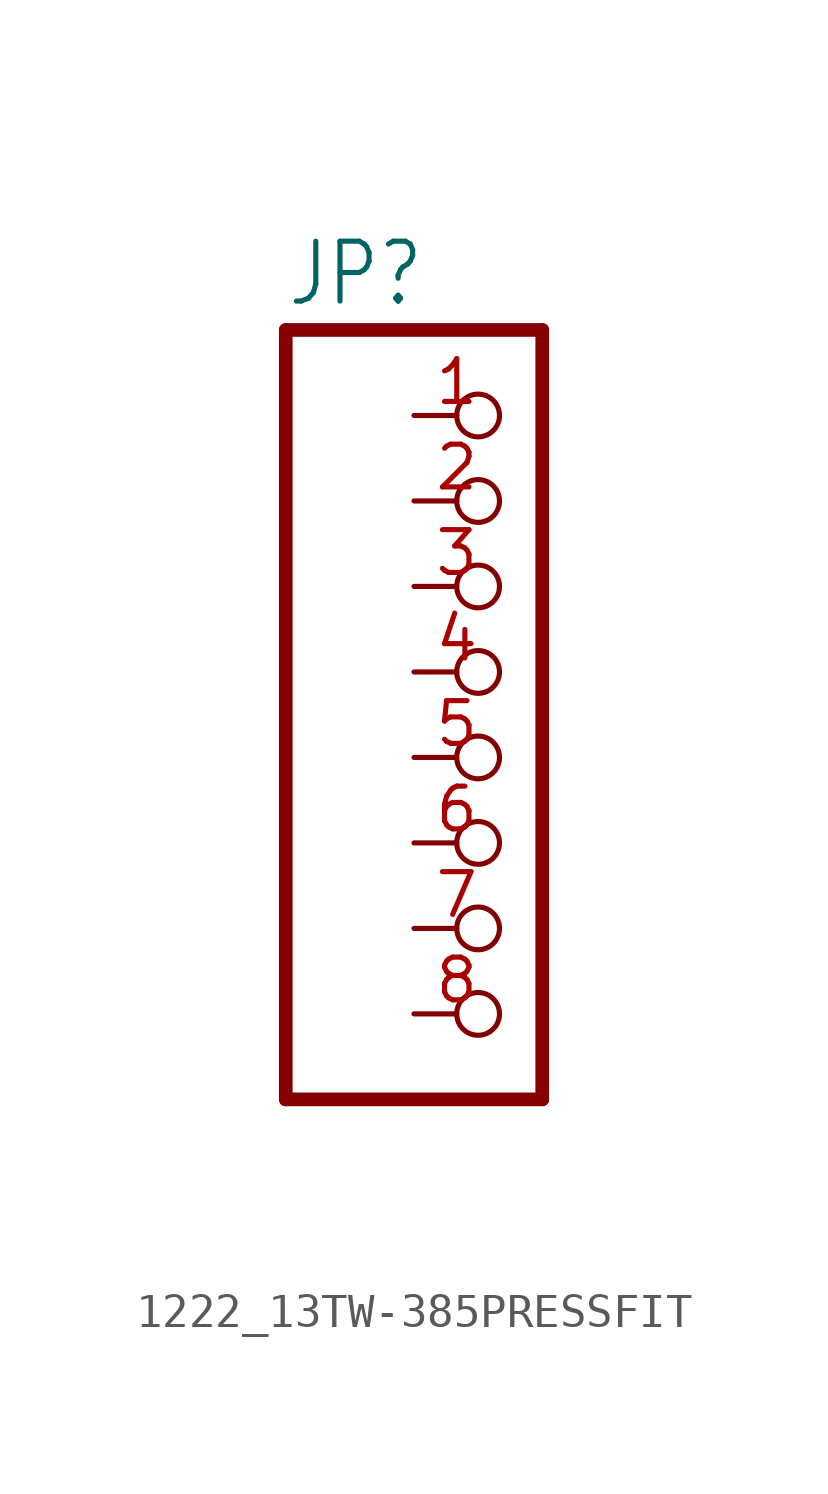
<source format=kicad_sym>
(kicad_symbol_lib
  (version 20220914)
  (generator kicad_symbol_editor)
  (symbol "1222_13TW-385PRESSFIT"
    (property "Reference" "JP"
      (at -6.35 13.335 0)
      (effects (font (size 1.778 1.511)) (justify left bottom)))
    (property "Value" ""
      (at -6.35 -12.7 0)
      (effects (font (size 1.778 1.511)) (justify left bottom)))
    (property "ki_locked" ""
      (at 0 0 0)
      (effects (font (size 1.27 1.27))))
    (symbol "1222_13TW-385PRESSFIT_1_0"
      (polyline (pts (xy -6.35 -10.16) (xy 1.27 -10.16)) (stroke (width 0.406) (type solid)) (fill (type none)))
      (polyline (pts (xy -6.35 12.7) (xy -6.35 -10.16)) (stroke (width 0.406) (type solid)) (fill (type none)))
      (polyline (pts (xy 1.27 -10.16) (xy 1.27 12.7)) (stroke (width 0.406) (type solid)) (fill (type none)))
      (polyline (pts (xy 1.27 12.7) (xy -6.35 12.7)) (stroke (width 0.406) (type solid)) (fill (type none)))
      (pin passive inverted (at -2.54 10.16 0) (length 2.54) (name "1" (effects (font (size 0 0)))) (number "1" (effects (font (size 1.27 1.27)))))
      (pin passive inverted (at -2.54 7.62 0) (length 2.54) (name "2" (effects (font (size 0 0)))) (number "2" (effects (font (size 1.27 1.27)))))
      (pin passive inverted (at -2.54 5.08 0) (length 2.54) (name "3" (effects (font (size 0 0)))) (number "3" (effects (font (size 1.27 1.27)))))
      (pin passive inverted (at -2.54 2.54 0) (length 2.54) (name "4" (effects (font (size 0 0)))) (number "4" (effects (font (size 1.27 1.27)))))
      (pin passive inverted (at -2.54 0 0) (length 2.54) (name "5" (effects (font (size 0 0)))) (number "5" (effects (font (size 1.27 1.27)))))
      (pin passive inverted (at -2.54 -2.54 0) (length 2.54) (name "6" (effects (font (size 0 0)))) (number "6" (effects (font (size 1.27 1.27)))))
      (pin passive inverted (at -2.54 -5.08 0) (length 2.54) (name "7" (effects (font (size 0 0)))) (number "7" (effects (font (size 1.27 1.27)))))
      (pin passive inverted (at -2.54 -7.62 0) (length 2.54) (name "8" (effects (font (size 0 0)))) (number "8" (effects (font (size 1.27 1.27))))))))
</source>
